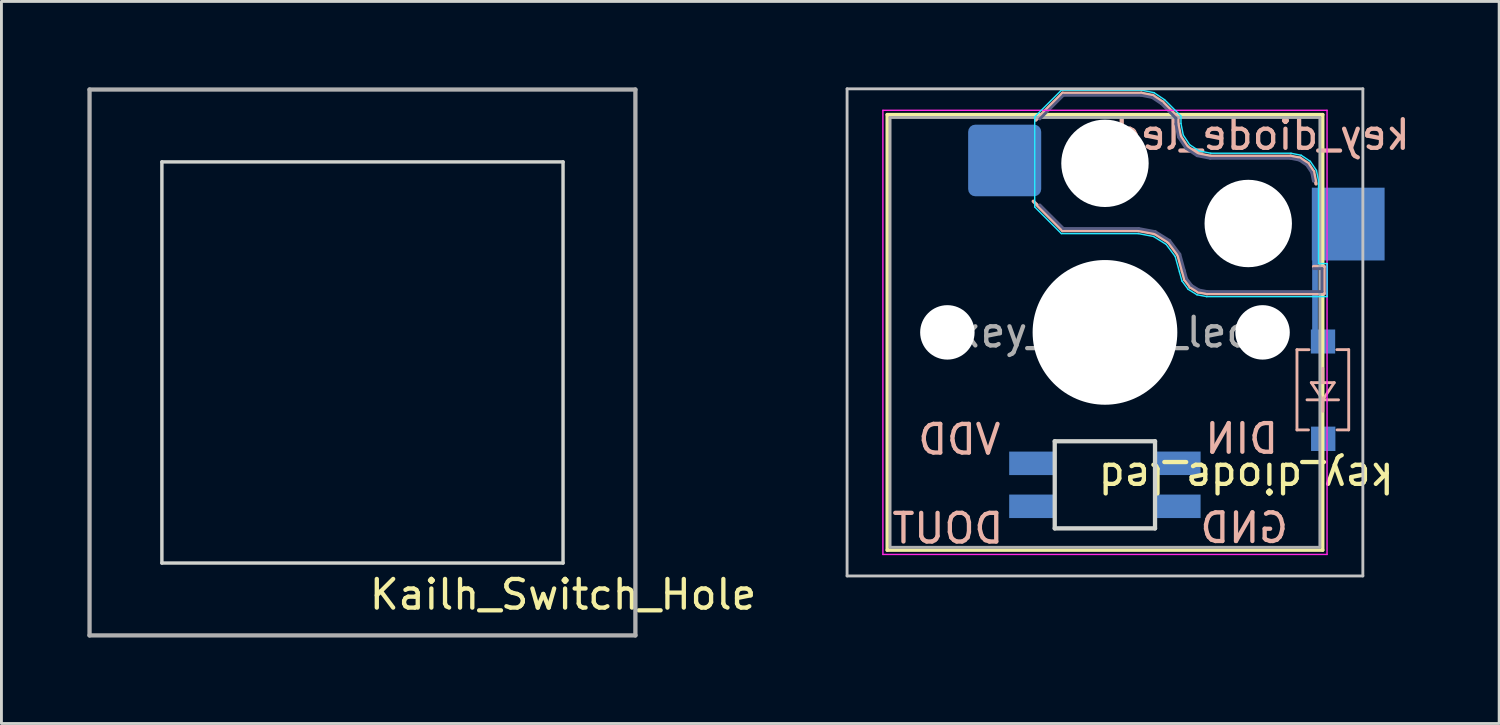
<source format=kicad_pcb>
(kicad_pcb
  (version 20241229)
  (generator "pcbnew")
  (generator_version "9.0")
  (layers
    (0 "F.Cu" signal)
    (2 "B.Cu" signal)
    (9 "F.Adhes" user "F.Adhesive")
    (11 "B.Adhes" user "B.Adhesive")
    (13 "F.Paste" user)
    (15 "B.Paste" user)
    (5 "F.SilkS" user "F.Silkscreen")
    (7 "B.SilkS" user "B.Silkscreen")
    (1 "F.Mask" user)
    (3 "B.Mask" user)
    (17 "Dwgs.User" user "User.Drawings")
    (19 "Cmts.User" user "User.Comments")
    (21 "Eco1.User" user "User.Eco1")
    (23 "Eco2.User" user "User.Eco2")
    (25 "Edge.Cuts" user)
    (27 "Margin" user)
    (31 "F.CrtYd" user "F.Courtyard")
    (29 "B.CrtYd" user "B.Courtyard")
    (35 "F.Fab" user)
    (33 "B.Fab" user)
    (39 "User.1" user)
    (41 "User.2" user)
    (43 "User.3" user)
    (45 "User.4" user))
  (footprint "key_diode_led"
    (layer "F.Cu")
    (at 35.51 8.52)
    (property "Reference" "key_diode_led" (at 4.932 5.105 180) (unlocked yes) (layer "F.SilkS") (effects (font (size 1 1) (thickness 0.15))))
    (attr through_hole)
    (fp_line (start 7.334 0.005) (end 7.334 -2.777) (stroke (width 0.2) (type solid)) (layer "B.Cu"))
    (fp_rect (start 7.188 0.768) (end 8.037 -0.071) (stroke (width 0) (type solid)) (fill yes) (layer "B.Cu"))
    (fp_rect (start 7.222 -2.48) (end 9.762 -5.02) (stroke (width 0) (type solid)) (fill yes) (layer "B.Cu"))
    (fp_rect (start 7.188 0.768) (end 8.037 -0.071) (stroke (width 0) (type solid)) (fill yes) (layer "B.Mask"))
    (fp_rect (start 7.235 -2.52) (end 9.775 -5.06) (stroke (width 0) (type solid)) (fill yes) (layer "B.Mask"))
    (fp_line (start -7.597 -7.57) (end -7.597 7.63) (stroke (width 0.12) (type solid)) (layer "F.SilkS"))
    (fp_line (start -7.597 7.63) (end 7.603 7.63) (stroke (width 0.12) (type solid)) (layer "F.SilkS"))
    (fp_line (start 7.603 -7.57) (end -7.597 -7.57) (stroke (width 0.12) (type solid)) (layer "F.SilkS"))
    (fp_line (start 7.603 7.63) (end 7.603 -7.57) (stroke (width 0.12) (type solid)) (layer "F.SilkS"))
    (fp_line (start -2.413 -7.379) (end -1.476 -8.316) (stroke (width 0.12) (type solid)) (layer "B.SilkS"))
    (fp_line (start -1.476 -8.316) (end 1.271 -8.316) (stroke (width 0.12) (type solid)) (layer "B.SilkS"))
    (fp_line (start -1.476 -3.524) (end -2.497 -4.545) (stroke (width 0.12) (type solid)) (layer "B.SilkS"))
    (fp_line (start 1.171 -3.524) (end -1.476 -3.524) (stroke (width 0.12) (type solid)) (layer "B.SilkS"))
    (fp_line (start 1.271 -8.316) (end 1.674 -8.236) (stroke (width 0.12) (type solid)) (layer "B.SilkS"))
    (fp_line (start 1.674 -8.236) (end 2.016 -8.007) (stroke (width 0.12) (type solid)) (layer "B.SilkS"))
    (fp_line (start 1.733 -3.419) (end 1.171 -3.524) (stroke (width 0.12) (type solid)) (layer "B.SilkS"))
    (fp_line (start 2.016 -8.007) (end 2.549 -7.474) (stroke (width 0.12) (type solid)) (layer "B.SilkS"))
    (fp_line (start 2.212 -3.12) (end 1.733 -3.419) (stroke (width 0.12) (type solid)) (layer "B.SilkS"))
    (fp_line (start 2.549 -7.474) (end 2.549 -7.252) (stroke (width 0.12) (type solid)) (layer "B.SilkS"))
    (fp_line (start 2.549 -7.252) (end 2.636 -6.814) (stroke (width 0.12) (type solid)) (layer "B.SilkS"))
    (fp_line (start 2.55 -2.667) (end 2.212 -3.12) (stroke (width 0.12) (type solid)) (layer "B.SilkS"))
    (fp_line (start 2.636 -6.814) (end 2.88 -6.447) (stroke (width 0.12) (type solid)) (layer "B.SilkS"))
    (fp_line (start 2.704 -2.109) (end 2.55 -2.667) (stroke (width 0.12) (type solid)) (layer "B.SilkS"))
    (fp_line (start 2.786 -1.811) (end 2.704 -2.109) (stroke (width 0.12) (type solid)) (layer "B.SilkS"))
    (fp_line (start 2.88 -6.447) (end 3.247 -6.203) (stroke (width 0.12) (type solid)) (layer "B.SilkS"))
    (fp_line (start 2.979 -1.553) (end 2.786 -1.811) (stroke (width 0.12) (type solid)) (layer "B.SilkS"))
    (fp_line (start 3.247 -6.203) (end 3.685 -6.116) (stroke (width 0.12) (type solid)) (layer "B.SilkS"))
    (fp_line (start 3.253 -1.383) (end 2.979 -1.553) (stroke (width 0.12) (type solid)) (layer "B.SilkS"))
    (fp_line (start 3.563 -1.324) (end 3.253 -1.383) (stroke (width 0.12) (type solid)) (layer "B.SilkS"))
    (fp_line (start 3.685 -6.116) (end 6.485 -6.116) (stroke (width 0.12) (type solid)) (layer "B.SilkS"))
    (fp_line (start 6.485 -6.116) (end 6.812 -6.051) (stroke (width 0.12) (type solid)) (layer "B.SilkS"))
    (fp_line (start 6.704 0.634) (end 7.124 0.634) (stroke (width 0.1) (type solid)) (layer "B.SilkS"))
    (fp_line (start 6.704 3.434) (end 6.704 0.634) (stroke (width 0.1) (type solid)) (layer "B.SilkS"))
    (fp_line (start 6.812 -6.051) (end 7.095 -5.862) (stroke (width 0.12) (type solid)) (layer "B.SilkS"))
    (fp_line (start 7.095 -5.862) (end 7.284 -5.579) (stroke (width 0.12) (type solid)) (layer "B.SilkS"))
    (fp_line (start 7.105 3.434) (end 6.704 3.434) (stroke (width 0.1) (type solid)) (layer "B.SilkS"))
    (fp_line (start 7.204 1.784) (end 8.004 1.784) (stroke (width 0.1) (type solid)) (layer "B.SilkS"))
    (fp_line (start 7.284 -5.579) (end 7.369 -5.152) (stroke (width 0.12) (type solid)) (layer "B.SilkS"))
    (fp_line (start 7.286 -2.266) (end 7.649 -2.266) (stroke (width 0.12) (type solid)) (layer "B.SilkS"))
    (fp_line (start 7.604 1.784) (end 7.604 1.284) (stroke (width 0.1) (type solid)) (layer "B.SilkS"))
    (fp_line (start 7.604 2.384) (end 7.054 2.384) (stroke (width 0.1) (type solid)) (layer "B.SilkS"))
    (fp_line (start 7.604 2.384) (end 7.204 1.784) (stroke (width 0.1) (type solid)) (layer "B.SilkS"))
    (fp_line (start 7.604 2.384) (end 8.154 2.384) (stroke (width 0.1) (type solid)) (layer "B.SilkS"))
    (fp_line (start 7.604 2.784) (end 7.604 2.384) (stroke (width 0.1) (type solid)) (layer "B.SilkS"))
    (fp_line (start 7.649 -2.266) (end 7.649 -1.324) (stroke (width 0.12) (type solid)) (layer "B.SilkS"))
    (fp_line (start 7.649 -1.324) (end 3.563 -1.324) (stroke (width 0.12) (type solid)) (layer "B.SilkS"))
    (fp_line (start 8.004 1.784) (end 7.604 2.384) (stroke (width 0.1) (type solid)) (layer "B.SilkS"))
    (fp_line (start 8.094 0.633) (end 8.508 0.633) (stroke (width 0.1) (type solid)) (layer "B.SilkS"))
    (fp_line (start 8.504 3.434) (end 8.103 3.434) (stroke (width 0.1) (type solid)) (layer "B.SilkS"))
    (fp_line (start 8.51 0.633) (end 8.51 3.433) (stroke (width 0.1) (type solid)) (layer "B.SilkS"))
    (fp_rect (start 7.188 0.768) (end 8.037 -0.071) (stroke (width 0) (type solid)) (fill yes) (layer "B.Paste"))
    (fp_rect (start 7.222 -2.486) (end 9.762 -5.026) (stroke (width 0) (type solid)) (fill yes) (layer "B.Paste"))
    (fp_line (start -8.997 -8.47) (end -8.997 8.53) (stroke (width 0.1) (type solid)) (layer "Dwgs.User"))
    (fp_line (start -8.997 8.53) (end 9.003 8.53) (stroke (width 0.1) (type solid)) (layer "Dwgs.User"))
    (fp_line (start 9.003 -8.47) (end -8.997 -8.47) (stroke (width 0.1) (type solid)) (layer "Dwgs.User"))
    (fp_line (start 9.003 8.53) (end 9.003 -8.47) (stroke (width 0.1) (type solid)) (layer "Dwgs.User"))
    (fp_line (start -7.247 -7.22) (end -7.247 7.28) (stroke (width 0.1) (type solid)) (layer "Eco1.User"))
    (fp_line (start -7.247 7.28) (end 7.253 7.28) (stroke (width 0.1) (type solid)) (layer "Eco1.User"))
    (fp_line (start 7.253 -7.22) (end -7.247 -7.22) (stroke (width 0.1) (type solid)) (layer "Eco1.User"))
    (fp_line (start 7.253 7.28) (end 7.253 -7.22) (stroke (width 0.1) (type solid)) (layer "Eco1.User"))
    (fp_line (start -1.75 3.83) (end -1.75 6.87) (stroke (width 0.15) (type solid)) (layer "Edge.Cuts"))
    (fp_line (start -1.75 3.83) (end 1.75 3.83) (stroke (width 0.15) (type solid)) (layer "Edge.Cuts"))
    (fp_line (start -1.75 6.87) (end 1.75 6.87) (stroke (width 0.15) (type solid)) (layer "Edge.Cuts"))
    (fp_line (start 1.75 3.83) (end 1.75 6.87) (stroke (width 0.15) (type solid)) (layer "Edge.Cuts"))
    (fp_line (start -2.449 -7.493) (end -1.52 -8.422) (stroke (width 0.05) (type solid)) (layer "B.CrtYd"))
    (fp_line (start -2.449 -4.347) (end -2.449 -7.493) (stroke (width 0.05) (type solid)) (layer "B.CrtYd"))
    (fp_line (start -1.52 -8.422) (end 1.281 -8.422) (stroke (width 0.05) (type solid)) (layer "B.CrtYd"))
    (fp_line (start -1.52 -3.418) (end -2.449 -4.347) (stroke (width 0.05) (type solid)) (layer "B.CrtYd"))
    (fp_line (start 1.162 -3.418) (end -1.52 -3.418) (stroke (width 0.05) (type solid)) (layer "B.CrtYd"))
    (fp_line (start 1.281 -8.422) (end 1.715 -8.336) (stroke (width 0.05) (type solid)) (layer "B.CrtYd"))
    (fp_line (start 1.694 -3.318) (end 1.162 -3.418) (stroke (width 0.05) (type solid)) (layer "B.CrtYd"))
    (fp_line (start 1.715 -8.336) (end 2.084 -8.089) (stroke (width 0.05) (type solid)) (layer "B.CrtYd"))
    (fp_line (start 2.084 -8.089) (end 2.655 -7.518) (stroke (width 0.05) (type solid)) (layer "B.CrtYd"))
    (fp_line (start 2.139 -3.041) (end 1.694 -3.318) (stroke (width 0.05) (type solid)) (layer "B.CrtYd"))
    (fp_line (start 2.453 -2.62) (end 2.139 -3.041) (stroke (width 0.05) (type solid)) (layer "B.CrtYd"))
    (fp_line (start 2.602 -2.081) (end 2.453 -2.62) (stroke (width 0.05) (type solid)) (layer "B.CrtYd"))
    (fp_line (start 2.655 -7.518) (end 2.655 -7.262) (stroke (width 0.05) (type solid)) (layer "B.CrtYd"))
    (fp_line (start 2.655 -7.262) (end 2.736 -6.855) (stroke (width 0.05) (type solid)) (layer "B.CrtYd"))
    (fp_line (start 2.69 -1.764) (end 2.602 -2.081) (stroke (width 0.05) (type solid)) (layer "B.CrtYd"))
    (fp_line (start 2.736 -6.855) (end 2.956 -6.523) (stroke (width 0.05) (type solid)) (layer "B.CrtYd"))
    (fp_line (start 2.906 -1.473) (end 2.69 -1.764) (stroke (width 0.05) (type solid)) (layer "B.CrtYd"))
    (fp_line (start 2.956 -6.523) (end 3.288 -6.303) (stroke (width 0.05) (type solid)) (layer "B.CrtYd"))
    (fp_line (start 3.214 -1.282) (end 2.906 -1.473) (stroke (width 0.05) (type solid)) (layer "B.CrtYd"))
    (fp_line (start 3.288 -6.303) (end 3.695 -6.222) (stroke (width 0.05) (type solid)) (layer "B.CrtYd"))
    (fp_line (start 3.553 -1.218) (end 3.214 -1.282) (stroke (width 0.05) (type solid)) (layer "B.CrtYd"))
    (fp_line (start 3.695 -6.222) (end 6.495 -6.222) (stroke (width 0.05) (type solid)) (layer "B.CrtYd"))
    (fp_line (start 6.495 -6.222) (end 6.853 -6.151) (stroke (width 0.05) (type solid)) (layer "B.CrtYd"))
    (fp_line (start 6.853 -6.151) (end 7.171 -5.938) (stroke (width 0.05) (type solid)) (layer "B.CrtYd"))
    (fp_line (start 7.171 -5.938) (end 7.384 -5.62) (stroke (width 0.05) (type solid)) (layer "B.CrtYd"))
    (fp_line (start 7.384 -5.62) (end 7.455 -5.262) (stroke (width 0.05) (type solid)) (layer "B.CrtYd"))
    (fp_line (start 7.455 -5.262) (end 7.455 -2.372) (stroke (width 0.05) (type solid)) (layer "B.CrtYd"))
    (fp_line (start 7.455 -2.372) (end 7.755 -2.372) (stroke (width 0.05) (type solid)) (layer "B.CrtYd"))
    (fp_line (start 7.755 -2.372) (end 7.755 -1.218) (stroke (width 0.05) (type solid)) (layer "B.CrtYd"))
    (fp_line (start 7.755 -1.218) (end 3.553 -1.218) (stroke (width 0.05) (type solid)) (layer "B.CrtYd"))
    (fp_line (start -7.747 -7.72) (end -7.747 7.78) (stroke (width 0.05) (type solid)) (layer "F.CrtYd"))
    (fp_line (start -7.747 7.78) (end 7.753 7.78) (stroke (width 0.05) (type solid)) (layer "F.CrtYd"))
    (fp_line (start 7.753 -7.72) (end -7.747 -7.72) (stroke (width 0.05) (type solid)) (layer "F.CrtYd"))
    (fp_line (start 7.753 7.78) (end 7.753 -7.72) (stroke (width 0.05) (type solid)) (layer "F.CrtYd"))
    (fp_line (start -2.272 -7.42) (end -1.447 -8.245) (stroke (width 0.1) (type solid)) (layer "B.Fab"))
    (fp_line (start -1.447 -8.245) (end 1.264 -8.245) (stroke (width 0.1) (type solid)) (layer "B.Fab"))
    (fp_line (start -1.447 -3.595) (end -2.272 -4.42) (stroke (width 0.1) (type solid)) (layer "B.Fab"))
    (fp_line (start 1.178 -3.595) (end -1.447 -3.595) (stroke (width 0.1) (type solid)) (layer "B.Fab"))
    (fp_line (start 1.264 -8.245) (end 1.646 -8.169) (stroke (width 0.1) (type solid)) (layer "B.Fab"))
    (fp_line (start 1.646 -8.169) (end 1.971 -7.952) (stroke (width 0.1) (type solid)) (layer "B.Fab"))
    (fp_line (start 1.759 -3.486) (end 1.178 -3.595) (stroke (width 0.1) (type solid)) (layer "B.Fab"))
    (fp_line (start 1.971 -7.952) (end 2.478 -7.445) (stroke (width 0.1) (type solid)) (layer "B.Fab"))
    (fp_line (start 2.261 -3.173) (end 1.759 -3.486) (stroke (width 0.1) (type solid)) (layer "B.Fab"))
    (fp_line (start 2.478 -7.445) (end 2.478 -7.245) (stroke (width 0.1) (type solid)) (layer "B.Fab"))
    (fp_line (start 2.478 -7.245) (end 2.569 -6.786) (stroke (width 0.1) (type solid)) (layer "B.Fab"))
    (fp_line (start 2.569 -6.786) (end 2.829 -6.396) (stroke (width 0.1) (type solid)) (layer "B.Fab"))
    (fp_line (start 2.615 -2.699) (end 2.261 -3.173) (stroke (width 0.1) (type solid)) (layer "B.Fab"))
    (fp_line (start 2.772 -2.128) (end 2.615 -2.699) (stroke (width 0.1) (type solid)) (layer "B.Fab"))
    (fp_line (start 2.829 -6.396) (end 3.219 -6.136) (stroke (width 0.1) (type solid)) (layer "B.Fab"))
    (fp_line (start 2.851 -1.843) (end 2.772 -2.128) (stroke (width 0.1) (type solid)) (layer "B.Fab"))
    (fp_line (start 3.028 -1.606) (end 2.851 -1.843) (stroke (width 0.1) (type solid)) (layer "B.Fab"))
    (fp_line (start 3.219 -6.136) (end 3.678 -6.045) (stroke (width 0.1) (type solid)) (layer "B.Fab"))
    (fp_line (start 3.279 -1.45) (end 3.028 -1.606) (stroke (width 0.1) (type solid)) (layer "B.Fab"))
    (fp_line (start 3.57 -1.395) (end 3.279 -1.45) (stroke (width 0.1) (type solid)) (layer "B.Fab"))
    (fp_line (start 3.678 -6.045) (end 6.478 -6.045) (stroke (width 0.1) (type solid)) (layer "B.Fab"))
    (fp_line (start 6.478 -6.045) (end 6.784 -5.984) (stroke (width 0.1) (type solid)) (layer "B.Fab"))
    (fp_line (start 6.784 -5.984) (end 7.044 -5.811) (stroke (width 0.1) (type solid)) (layer "B.Fab"))
    (fp_line (start 7.044 -5.811) (end 7.217 -5.551) (stroke (width 0.1) (type solid)) (layer "B.Fab"))
    (fp_line (start 7.217 -5.551) (end 7.278 -5.245) (stroke (width 0.1) (type solid)) (layer "B.Fab"))
    (fp_line (start 7.278 -2.195) (end 7.578 -2.195) (stroke (width 0.1) (type solid)) (layer "B.Fab"))
    (fp_line (start 7.578 -2.195) (end 7.578 -1.395) (stroke (width 0.1) (type solid)) (layer "B.Fab"))
    (fp_line (start 7.578 -1.395) (end 3.57 -1.395) (stroke (width 0.1) (type solid)) (layer "B.Fab"))
    (fp_line (start -7.497 -7.47) (end -7.497 7.53) (stroke (width 0.1) (type solid)) (layer "F.Fab"))
    (fp_line (start -7.497 7.53) (end 7.503 7.53) (stroke (width 0.1) (type solid)) (layer "F.Fab"))
    (fp_line (start 7.503 -7.47) (end -7.497 -7.47) (stroke (width 0.1) (type solid)) (layer "F.Fab"))
    (fp_line (start 7.503 7.53) (end 7.503 -7.47) (stroke (width 0.1) (type solid)) (layer "F.Fab"))
    (fp_text user "VDD" (at -5.08 3.769 0) (unlocked yes) (layer "B.SilkS") (effects (font (size 1 1) (thickness 0.15)) (justify mirror)))
    (fp_text user "GND" (at 4.862 6.856 0) (unlocked yes) (layer "B.SilkS") (effects (font (size 1 1) (thickness 0.15)) (justify mirror)))
    (fp_text user "DOUT" (at -5.482 6.873 0) (unlocked yes) (layer "B.SilkS") (effects (font (size 1 1) (thickness 0.15)) (justify mirror)))
    (fp_text user "DIN" (at 4.774 3.74 0) (unlocked yes) (layer "B.SilkS") (effects (font (size 1 1) (thickness 0.15)) (justify mirror)))
    (fp_text user "${REFERENCE}" (at 5.492 -6.866 0) (unlocked yes) (layer "B.SilkS") (effects (font (size 1 1) (thickness 0.15)) (justify mirror)))
    (fp_text user "${REFERENCE}" (at 0.003 0.03 0) (layer "F.Fab") (effects (font (size 1 1) (thickness 0.15))))
    (pad "" np_thru_hole circle (at -5.497 0.03) (size 1.9 1.9) (drill 1.9) (layers "*.Cu" "*.Mask"))
    (pad "" np_thru_hole circle (at 0.003 -5.87) (size 3.05 3.05) (drill 3.05) (layers "*.Cu" "*.Mask"))
    (pad "" np_thru_hole circle (at 0.003 0.03) (size 5.05 5.05) (drill 5.05) (layers "*.Cu" "*.Mask"))
    (pad "" np_thru_hole circle (at 5.003 -3.77) (size 3.05 3.05) (drill 3.05) (layers "*.Cu" "*.Mask"))
    (pad "" np_thru_hole circle (at 5.503 0.03) (size 1.9 1.9) (drill 1.9) (layers "*.Cu" "*.Mask"))
    (pad "1" smd rect (at -2.54 4.6) (size 1.6 0.82) (layers "B.Cu" "B.Mask" "B.Paste"))
    (pad "2" smd rect (at 2.541 4.599) (size 1.6 0.82) (layers "B.Cu" "B.Mask" "B.Paste"))
    (pad "3" smd roundrect (at -3.497 -5.97) (size 2.55 2.5) (layers "B.Cu" "B.Mask" "B.Paste") (roundrect_rratio 0.1))
    (pad "4" smd rect (at 7.62 3.744 90) (size 0.85 0.85) (layers "B.Cu" "B.Mask" "B.Paste"))
    (pad "5" smd rect (at -2.54 6.1) (size 1.6 0.82) (layers "B.Cu" "B.Mask" "B.Paste"))
    (pad "6" smd rect (at 2.54 6.1) (size 1.6 0.82) (layers "B.Cu" "B.Mask" "B.Paste")))
  (footprint "Kailh_Switch_Hole"
    (layer "F.Cu")
    (at 9.6 9.6)
    (property "Reference" "Kailh_Switch_Hole" (at 7 8.1 0) (layer "F.SilkS") (effects (font (size 1 1) (thickness 0.15))))
    (attr through_hole)
    (fp_line (start -7 -7) (end -7 7) (stroke (width 0.12) (type solid)) (layer "Edge.Cuts"))
    (fp_line (start -7 7) (end 7 7) (stroke (width 0.12) (type solid)) (layer "Edge.Cuts"))
    (fp_line (start 7 -7) (end -7 -7) (stroke (width 0.12) (type solid)) (layer "Edge.Cuts"))
    (fp_line (start 7 7) (end 7 -7) (stroke (width 0.12) (type solid)) (layer "Edge.Cuts"))
    (fp_line (start -9.525 -9.525) (end -9.525 9.525) (stroke (width 0.15) (type solid)) (layer "F.Fab"))
    (fp_line (start -9.525 9.525) (end 9.525 9.525) (stroke (width 0.15) (type solid)) (layer "F.Fab"))
    (fp_line (start 9.525 -9.525) (end -9.525 -9.525) (stroke (width 0.15) (type solid)) (layer "F.Fab"))
    (fp_line (start 9.525 9.525) (end 9.525 -9.525) (stroke (width 0.15) (type solid)) (layer "F.Fab")))
  (gr_rect
    (start -3 -3)
    (end 49.27 22.2)
    (stroke (width 0.1) (type default))
    (fill no)
    (layer "Edge.Cuts")))
</source>
